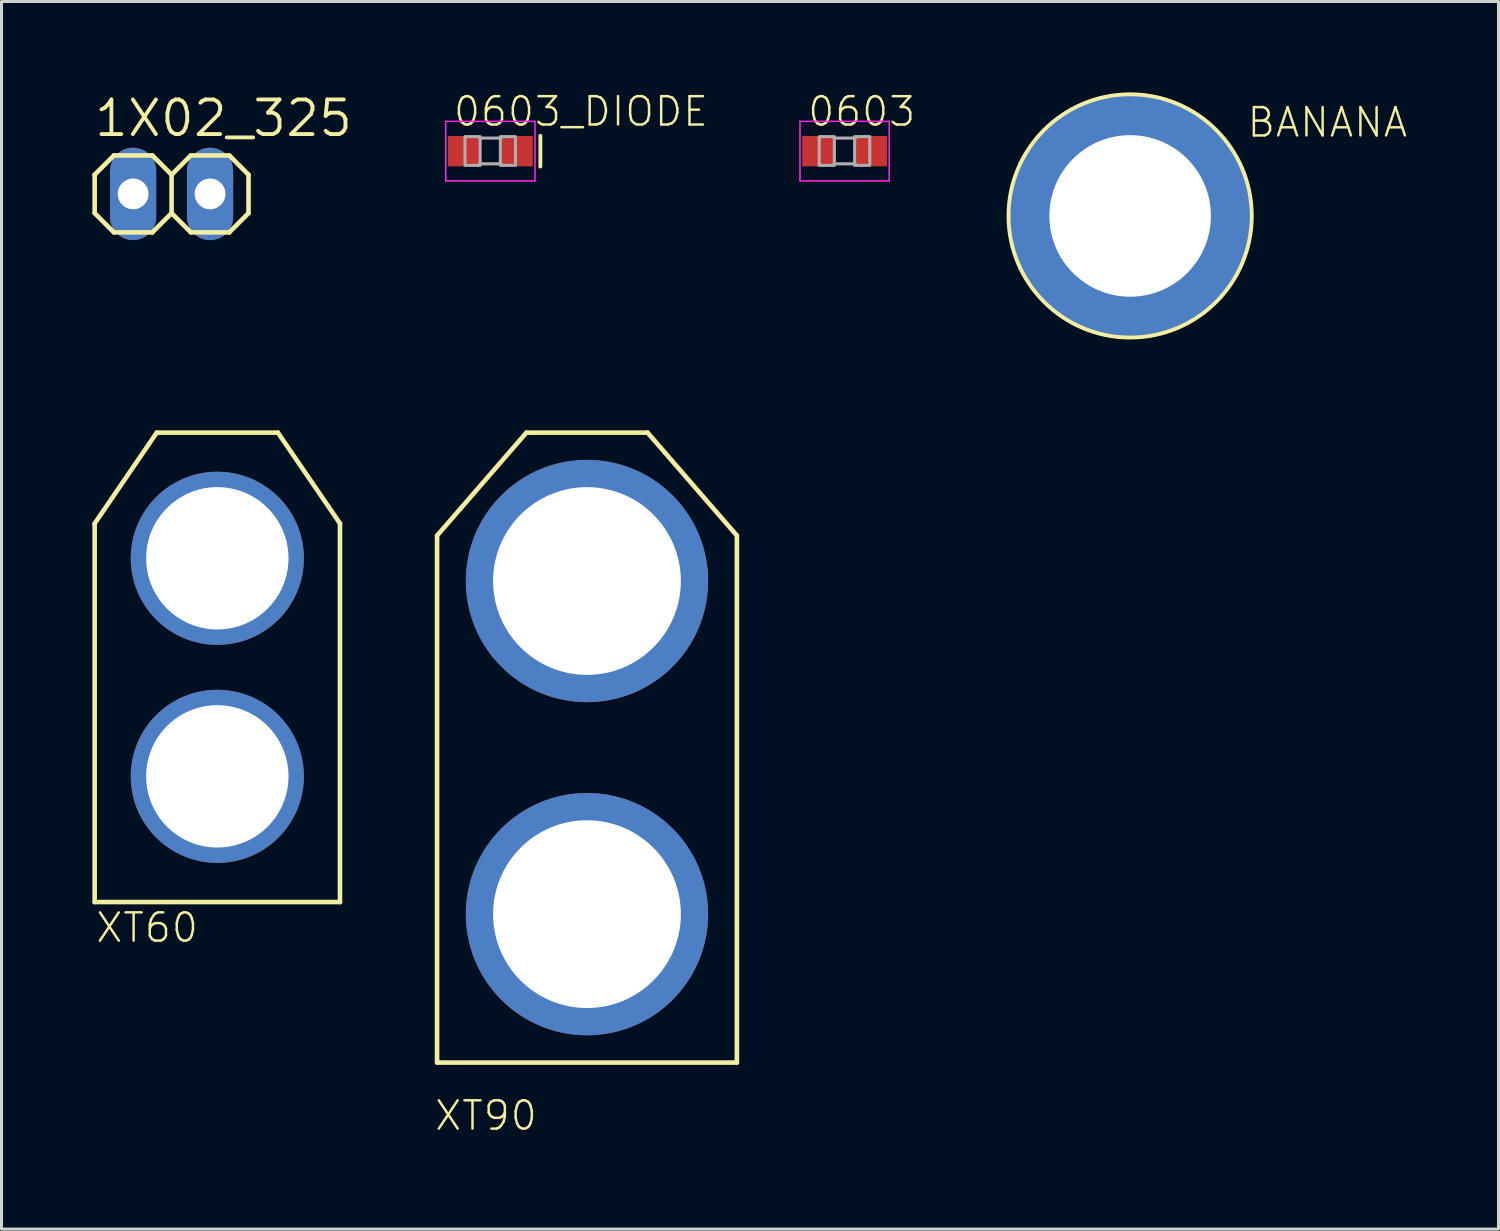
<source format=kicad_pcb>
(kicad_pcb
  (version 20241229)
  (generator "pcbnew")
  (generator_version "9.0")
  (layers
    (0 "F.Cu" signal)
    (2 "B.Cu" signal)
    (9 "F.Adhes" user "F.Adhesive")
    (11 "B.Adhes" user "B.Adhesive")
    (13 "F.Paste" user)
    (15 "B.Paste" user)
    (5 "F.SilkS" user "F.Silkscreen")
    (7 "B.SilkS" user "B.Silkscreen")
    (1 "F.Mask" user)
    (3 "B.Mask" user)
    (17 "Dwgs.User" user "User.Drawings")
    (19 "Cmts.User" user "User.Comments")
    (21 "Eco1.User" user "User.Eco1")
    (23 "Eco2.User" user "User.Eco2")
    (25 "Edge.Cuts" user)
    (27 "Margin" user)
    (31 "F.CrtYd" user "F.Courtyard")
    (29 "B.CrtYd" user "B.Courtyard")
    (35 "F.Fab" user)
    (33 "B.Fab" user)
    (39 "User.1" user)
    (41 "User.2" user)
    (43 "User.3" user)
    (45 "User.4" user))
  (footprint "1X02_325"
    (layer "F.Cu")
    (at 2.616 3.353)
    (property "Reference" "1X02_325" (at -2.616 -1.829 0) (unlocked yes) (layer "F.SilkS") (effects (font (size 1.143 1.143) (thickness 0.127)) (justify left bottom)))
    (fp_line (start -2.54 -0.635) (end -2.54 0.635) (stroke (width 0.152) (type solid)) (layer "F.SilkS"))
    (fp_line (start -2.54 0.635) (end -1.905 1.27) (stroke (width 0.152) (type solid)) (layer "F.SilkS"))
    (fp_line (start -1.905 -1.27) (end -2.54 -0.635) (stroke (width 0.152) (type solid)) (layer "F.SilkS"))
    (fp_line (start -1.905 -1.27) (end -0.635 -1.27) (stroke (width 0.152) (type solid)) (layer "F.SilkS"))
    (fp_line (start -0.635 -1.27) (end 0 -0.635) (stroke (width 0.152) (type solid)) (layer "F.SilkS"))
    (fp_line (start -0.635 1.27) (end -1.905 1.27) (stroke (width 0.152) (type solid)) (layer "F.SilkS"))
    (fp_line (start 0 -0.635) (end 0 0.635) (stroke (width 0.152) (type solid)) (layer "F.SilkS"))
    (fp_line (start 0 -0.635) (end 0.635 -1.27) (stroke (width 0.152) (type solid)) (layer "F.SilkS"))
    (fp_line (start 0 0.635) (end -0.635 1.27) (stroke (width 0.152) (type solid)) (layer "F.SilkS"))
    (fp_line (start 0.635 -1.27) (end 1.905 -1.27) (stroke (width 0.152) (type solid)) (layer "F.SilkS"))
    (fp_line (start 0.635 1.27) (end 0 0.635) (stroke (width 0.152) (type solid)) (layer "F.SilkS"))
    (fp_line (start 1.905 -1.27) (end 2.54 -0.635) (stroke (width 0.152) (type solid)) (layer "F.SilkS"))
    (fp_line (start 1.905 1.27) (end 0.635 1.27) (stroke (width 0.152) (type solid)) (layer "F.SilkS"))
    (fp_line (start 2.54 -0.635) (end 2.54 0.635) (stroke (width 0.152) (type solid)) (layer "F.SilkS"))
    (fp_line (start 2.54 0.635) (end 1.905 1.27) (stroke (width 0.152) (type solid)) (layer "F.SilkS"))
    (fp_poly (pts (xy -1.524 0.254) (xy -1.016 0.254) (xy -1.016 -0.254) (xy -1.524 -0.254)) (stroke (width 0.1) (type default)) (fill no) (layer "F.Fab"))
    (fp_poly (pts (xy 1.016 0.254) (xy 1.524 0.254) (xy 1.524 -0.254) (xy 1.016 -0.254)) (stroke (width 0.1) (type default)) (fill no) (layer "F.Fab"))
    (pad "1" thru_hole oval (at -1.27 0 90) (size 3.048 1.524) (drill 1.016) (layers "*.Cu" "*.Mask"))
    (pad "2" thru_hole oval (at 1.27 0 90) (size 3.048 1.524) (drill 1.016) (layers "*.Cu" "*.Mask")))
  (footprint "0603"
    (layer "F.Cu")
    (at 24.839 1.941)
    (property "Reference" "0603" (at -1.27 -0.762 0) (unlocked yes) (layer "F.SilkS") (effects (font (size 0.935 0.935) (thickness 0.081)) (justify left bottom)))
    (fp_line (start -1.473 -0.983) (end 1.473 -0.983) (stroke (width 0.051) (type solid)) (layer "F.CrtYd"))
    (fp_line (start -1.473 0.983) (end -1.473 -0.983) (stroke (width 0.051) (type solid)) (layer "F.CrtYd"))
    (fp_line (start 1.473 -0.983) (end 1.473 0.983) (stroke (width 0.051) (type solid)) (layer "F.CrtYd"))
    (fp_line (start 1.473 0.983) (end -1.473 0.983) (stroke (width 0.051) (type solid)) (layer "F.CrtYd"))
    (fp_line (start -0.356 -0.432) (end 0.356 -0.432) (stroke (width 0.102) (type solid)) (layer "F.Fab"))
    (fp_line (start -0.356 0.419) (end 0.356 0.419) (stroke (width 0.102) (type solid)) (layer "F.Fab"))
    (fp_poly (pts (xy -0.838 0.47) (xy -0.338 0.47) (xy -0.338 -0.48) (xy -0.838 -0.48)) (stroke (width 0.1) (type default)) (fill no) (layer "F.Fab"))
    (fp_poly (pts (xy 0.33 0.47) (xy 0.83 0.47) (xy 0.83 -0.48) (xy 0.33 -0.48)) (stroke (width 0.1) (type default)) (fill no) (layer "F.Fab"))
    (pad "1" smd rect (at -0.85 0) (size 1.1 1) (layers "F.Cu" "F.Mask" "F.Paste"))
    (pad "2" smd rect (at 0.85 0) (size 1.1 1) (layers "F.Cu" "F.Mask" "F.Paste")))
  (footprint "BANANA"
    (layer "F.Cu")
    (at 34.267 4.08)
    (property "Reference" "BANANA" (at 3.81 -2.54 0) (unlocked yes) (layer "F.SilkS") (effects (font (size 0.935 0.935) (thickness 0.081)) (justify left bottom)))
    (fp_circle (center 0 0) (end 4.016 0) (stroke (width 0.127) (type solid)) (fill no) (layer "F.SilkS"))
    (pad "P$1" thru_hole circle (at 0 0) (size 8.128 8.128) (drill 5.334) (layers "*.Cu" "*.Mask")))
  (footprint "XT60"
    (layer "F.Cu")
    (at 4.126 18.985)
    (property "Reference" "XT60" (at -4.064 9.144 0) (unlocked yes) (layer "F.SilkS") (effects (font (size 0.935 0.935) (thickness 0.081)) (justify left bottom)))
    (fp_line (start -4.05 -4.75) (end -2 -7.75) (stroke (width 0.152) (type solid)) (layer "F.SilkS"))
    (fp_line (start -4.05 7.75) (end -4.05 -4.75) (stroke (width 0.152) (type solid)) (layer "F.SilkS"))
    (fp_line (start -2 -7.75) (end 2 -7.75) (stroke (width 0.152) (type solid)) (layer "F.SilkS"))
    (fp_line (start 2 -7.75) (end 4.05 -4.75) (stroke (width 0.152) (type solid)) (layer "F.SilkS"))
    (fp_line (start 4.05 -4.75) (end 4.05 7.75) (stroke (width 0.152) (type solid)) (layer "F.SilkS"))
    (fp_line (start 4.05 7.75) (end -4.05 7.75) (stroke (width 0.152) (type solid)) (layer "F.SilkS"))
    (pad "N" thru_hole circle (at 0 -3.6) (size 5.716 5.716) (drill 4.7) (layers "*.Cu" "*.Mask"))
    (pad "P" thru_hole circle (at 0 3.6) (size 5.716 5.716) (drill 4.7) (layers "*.Cu" "*.Mask")))
  (footprint "0603_DIODE"
    (layer "F.Cu")
    (at 13.142 1.941)
    (property "Reference" "0603_DIODE" (at -1.27 -0.762 0) (unlocked yes) (layer "F.SilkS") (effects (font (size 0.935 0.935) (thickness 0.081)) (justify left bottom)))
    (fp_line (start 1.651 -0.508) (end 1.651 0.508) (stroke (width 0.127) (type solid)) (layer "F.SilkS"))
    (fp_line (start -1.473 -0.983) (end 1.473 -0.983) (stroke (width 0.051) (type solid)) (layer "F.CrtYd"))
    (fp_line (start -1.473 0.983) (end -1.473 -0.983) (stroke (width 0.051) (type solid)) (layer "F.CrtYd"))
    (fp_line (start 1.473 -0.983) (end 1.473 0.983) (stroke (width 0.051) (type solid)) (layer "F.CrtYd"))
    (fp_line (start 1.473 0.983) (end -1.473 0.983) (stroke (width 0.051) (type solid)) (layer "F.CrtYd"))
    (fp_line (start -0.356 -0.432) (end 0.356 -0.432) (stroke (width 0.102) (type solid)) (layer "F.Fab"))
    (fp_line (start -0.356 0.419) (end 0.356 0.419) (stroke (width 0.102) (type solid)) (layer "F.Fab"))
    (fp_poly (pts (xy -0.838 0.47) (xy -0.338 0.47) (xy -0.338 -0.48) (xy -0.838 -0.48)) (stroke (width 0.1) (type default)) (fill no) (layer "F.Fab"))
    (fp_poly (pts (xy 0.33 0.47) (xy 0.83 0.47) (xy 0.83 -0.48) (xy 0.33 -0.48)) (stroke (width 0.1) (type default)) (fill no) (layer "F.Fab"))
    (pad "A" smd rect (at -0.85 0) (size 1.1 1) (layers "F.Cu" "F.Mask" "F.Paste"))
    (pad "K" smd rect (at 0.85 0) (size 1.1 1) (layers "F.Cu" "F.Mask" "F.Paste")))
  (footprint "XT90"
    (layer "F.Cu")
    (at 16.332 21.635)
    (property "Reference" "XT90" (at -5.08 12.7 0) (unlocked yes) (layer "F.SilkS") (effects (font (size 0.935 0.935) (thickness 0.081)) (justify left bottom)))
    (fp_line (start -4.95 -7) (end -4.95 10.4) (stroke (width 0.152) (type solid)) (layer "F.SilkS"))
    (fp_line (start -4.95 10.4) (end 4.95 10.4) (stroke (width 0.152) (type solid)) (layer "F.SilkS"))
    (fp_line (start -2 -10.4) (end -4.95 -7) (stroke (width 0.152) (type solid)) (layer "F.SilkS"))
    (fp_line (start 2 -10.4) (end -2 -10.4) (stroke (width 0.152) (type solid)) (layer "F.SilkS"))
    (fp_line (start 4.95 -7) (end 2 -10.4) (stroke (width 0.152) (type solid)) (layer "F.SilkS"))
    (fp_line (start 4.95 10.4) (end 4.95 -7) (stroke (width 0.152) (type solid)) (layer "F.SilkS"))
    (pad "N" thru_hole circle (at 0 -5.5) (size 8 8) (drill 6.2) (layers "*.Cu" "*.Mask"))
    (pad "P" thru_hole circle (at 0 5.5) (size 8 8) (drill 6.2) (layers "*.Cu" "*.Mask")))
  (gr_rect
    (start -3 -3)
    (end 46.43 37.536)
    (stroke (width 0.1) (type default))
    (fill no)
    (layer "Edge.Cuts")))
</source>
